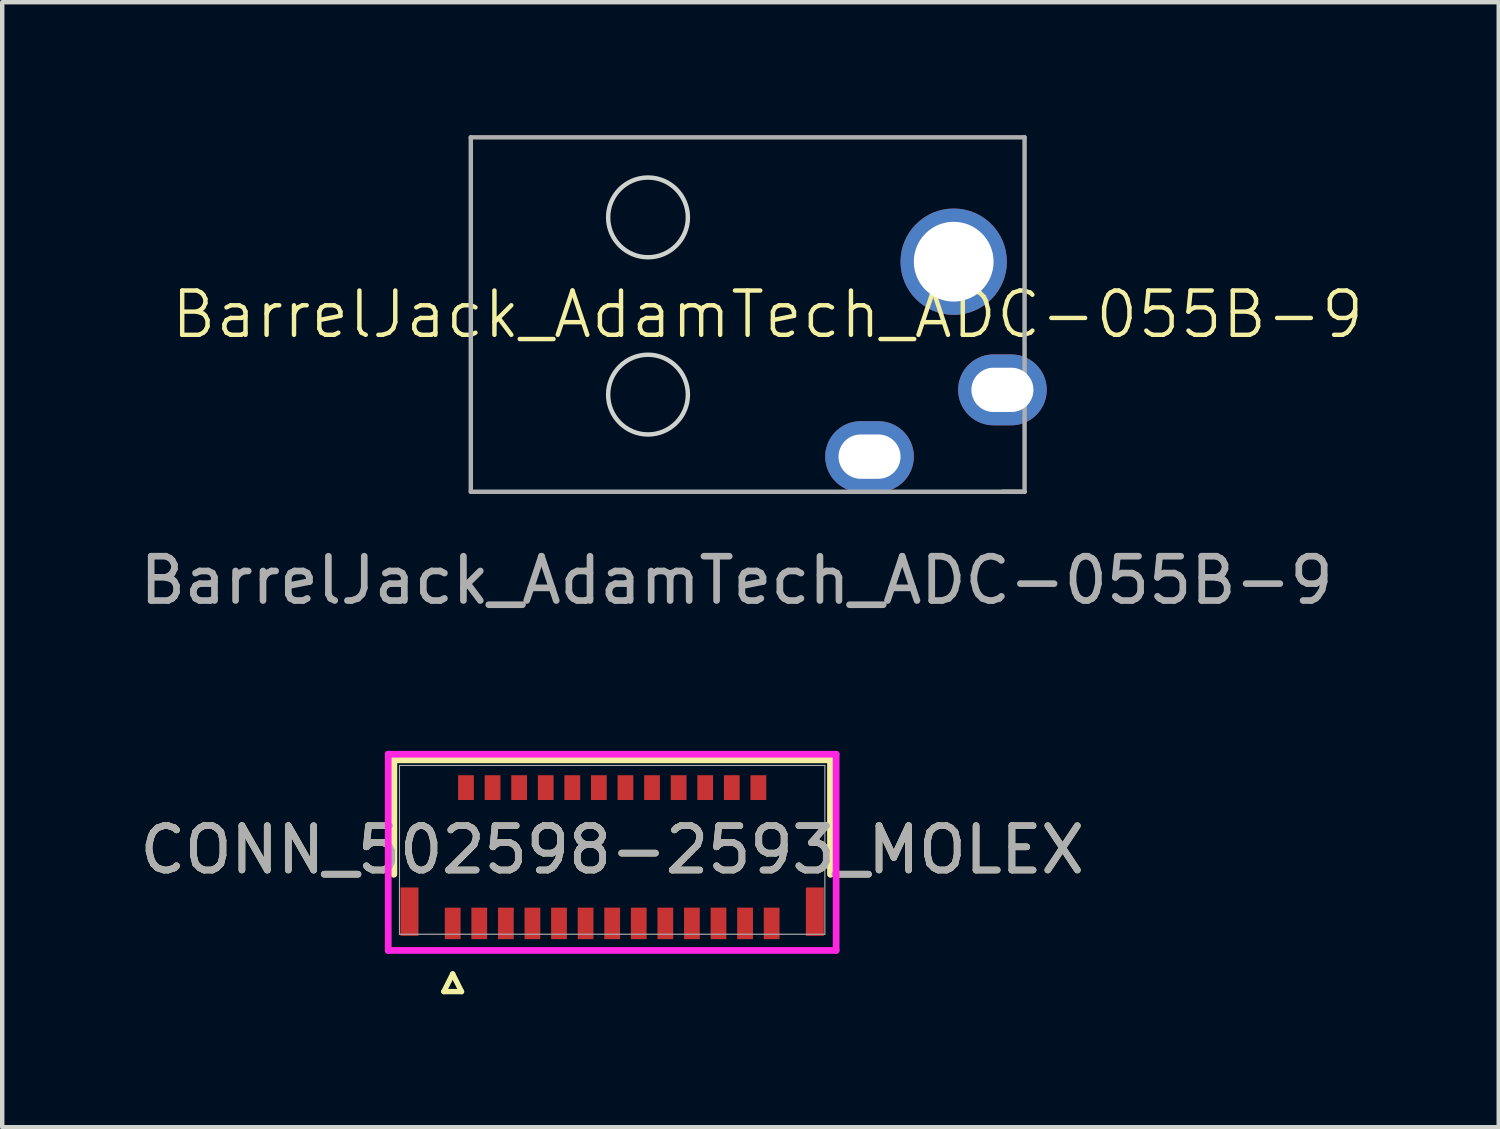
<source format=kicad_pcb>
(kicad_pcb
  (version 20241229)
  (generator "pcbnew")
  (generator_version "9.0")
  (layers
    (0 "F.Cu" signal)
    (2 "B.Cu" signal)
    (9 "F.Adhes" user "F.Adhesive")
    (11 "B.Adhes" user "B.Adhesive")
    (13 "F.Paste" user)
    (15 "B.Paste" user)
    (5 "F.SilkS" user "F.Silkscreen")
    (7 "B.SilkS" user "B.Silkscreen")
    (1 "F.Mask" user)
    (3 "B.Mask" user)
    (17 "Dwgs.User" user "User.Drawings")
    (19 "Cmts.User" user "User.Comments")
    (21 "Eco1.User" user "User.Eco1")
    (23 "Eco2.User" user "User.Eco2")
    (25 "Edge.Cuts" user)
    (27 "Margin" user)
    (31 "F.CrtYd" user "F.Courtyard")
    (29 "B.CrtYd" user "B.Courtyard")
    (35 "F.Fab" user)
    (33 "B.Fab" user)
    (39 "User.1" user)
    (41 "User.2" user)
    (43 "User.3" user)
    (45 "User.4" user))
  (footprint "CONN_502598-2593_MOLEX"
    (layer "F.Cu")
    (at 10.768 16.133)
    (property "Reference" "CONN_502598-2593_MOLEX" (at 0 0 0) (unlocked yes) (layer "F.SilkS") (effects (font (size 1 1) (thickness 0.15))))
    (attr smd)
    (fp_line (start -4.928 -2.032) (end -4.928 0.552) (stroke (width 0.152) (type solid)) (layer "F.SilkS"))
    (fp_line (start -3.8 3.2) (end -3.4 3.2) (stroke (width 0.12) (type solid)) (layer "F.SilkS"))
    (fp_line (start -3.6 2.8) (end -3.8 3.2) (stroke (width 0.12) (type solid)) (layer "F.SilkS"))
    (fp_line (start -3.4 3.2) (end -3.6 2.8) (stroke (width 0.12) (type solid)) (layer "F.SilkS"))
    (fp_line (start 4.928 -2.032) (end -4.928 -2.032) (stroke (width 0.152) (type solid)) (layer "F.SilkS"))
    (fp_line (start 4.928 0.552) (end 4.928 -2.032) (stroke (width 0.152) (type solid)) (layer "F.SilkS"))
    (fp_line (start -5.055 -2.159) (end -5.055 2.27) (stroke (width 0.152) (type solid)) (layer "F.CrtYd"))
    (fp_line (start -5.055 2.27) (end 5.055 2.27) (stroke (width 0.152) (type solid)) (layer "F.CrtYd"))
    (fp_line (start 5.055 -2.159) (end -5.055 -2.159) (stroke (width 0.152) (type solid)) (layer "F.CrtYd"))
    (fp_line (start 5.055 2.27) (end 5.055 -2.159) (stroke (width 0.152) (type solid)) (layer "F.CrtYd"))
    (fp_line (start -4.801 -1.905) (end -4.801 1.905) (stroke (width 0.025) (type solid)) (layer "F.Fab"))
    (fp_line (start -4.801 1.905) (end 4.801 1.905) (stroke (width 0.025) (type solid)) (layer "F.Fab"))
    (fp_line (start 4.801 -1.905) (end -4.801 -1.905) (stroke (width 0.025) (type solid)) (layer "F.Fab"))
    (fp_line (start 4.801 1.905) (end 4.801 -1.905) (stroke (width 0.025) (type solid)) (layer "F.Fab"))
    (fp_text user "${REFERENCE}" (at 0 0 0) (unlocked yes) (layer "F.Fab") (effects (font (size 1 1) (thickness 0.15))))
    (pad "1" smd rect (at -3.6 1.66) (size 0.356 0.711) (layers "F.Cu" "F.Mask" "F.Paste"))
    (pad "2" smd rect (at -3.3 -1.405) (size 0.356 0.559) (layers "F.Cu" "F.Mask" "F.Paste"))
    (pad "3" smd rect (at -3 1.66) (size 0.356 0.711) (layers "F.Cu" "F.Mask" "F.Paste"))
    (pad "4" smd rect (at -2.7 -1.405) (size 0.356 0.559) (layers "F.Cu" "F.Mask" "F.Paste"))
    (pad "5" smd rect (at -2.4 1.66) (size 0.356 0.711) (layers "F.Cu" "F.Mask" "F.Paste"))
    (pad "6" smd rect (at -2.1 -1.405) (size 0.356 0.559) (layers "F.Cu" "F.Mask" "F.Paste"))
    (pad "7" smd rect (at -1.8 1.66) (size 0.356 0.711) (layers "F.Cu" "F.Mask" "F.Paste"))
    (pad "8" smd rect (at -1.5 -1.405) (size 0.356 0.559) (layers "F.Cu" "F.Mask" "F.Paste"))
    (pad "9" smd rect (at -1.2 1.66) (size 0.356 0.711) (layers "F.Cu" "F.Mask" "F.Paste"))
    (pad "10" smd rect (at -0.9 -1.405) (size 0.356 0.559) (layers "F.Cu" "F.Mask" "F.Paste"))
    (pad "11" smd rect (at -0.6 1.66) (size 0.356 0.711) (layers "F.Cu" "F.Mask" "F.Paste"))
    (pad "12" smd rect (at -0.3 -1.405) (size 0.356 0.559) (layers "F.Cu" "F.Mask" "F.Paste"))
    (pad "13" smd rect (at 0 1.66) (size 0.356 0.711) (layers "F.Cu" "F.Mask" "F.Paste"))
    (pad "14" smd rect (at 0.3 -1.405) (size 0.356 0.559) (layers "F.Cu" "F.Mask" "F.Paste"))
    (pad "15" smd rect (at 0.6 1.66) (size 0.356 0.711) (layers "F.Cu" "F.Mask" "F.Paste"))
    (pad "16" smd rect (at 0.9 -1.405) (size 0.356 0.559) (layers "F.Cu" "F.Mask" "F.Paste"))
    (pad "17" smd rect (at 1.2 1.66) (size 0.356 0.711) (layers "F.Cu" "F.Mask" "F.Paste"))
    (pad "18" smd rect (at 1.5 -1.405) (size 0.356 0.559) (layers "F.Cu" "F.Mask" "F.Paste"))
    (pad "19" smd rect (at 1.8 1.66) (size 0.356 0.711) (layers "F.Cu" "F.Mask" "F.Paste"))
    (pad "20" smd rect (at 2.1 -1.405) (size 0.356 0.559) (layers "F.Cu" "F.Mask" "F.Paste"))
    (pad "21" smd rect (at 2.4 1.66) (size 0.356 0.711) (layers "F.Cu" "F.Mask" "F.Paste"))
    (pad "22" smd rect (at 2.7 -1.405) (size 0.356 0.559) (layers "F.Cu" "F.Mask" "F.Paste"))
    (pad "23" smd rect (at 3 1.66) (size 0.356 0.711) (layers "F.Cu" "F.Mask" "F.Paste"))
    (pad "24" smd rect (at 3.3 -1.405) (size 0.356 0.559) (layers "F.Cu" "F.Mask" "F.Paste"))
    (pad "25" smd rect (at 3.6 1.66) (size 0.356 0.711) (layers "F.Cu" "F.Mask" "F.Paste"))
    (pad "MP" smd rect (at -4.575 1.395) (size 0.406 1.092) (layers "F.Cu" "F.Mask" "F.Paste"))
    (pad "MP" smd rect (at 4.575 1.395) (size 0.406 1.092) (layers "F.Cu" "F.Mask" "F.Paste")))
  (footprint "BarrelJack_AdamTech_ADC-055B-9"
    (layer "F.Cu")
    (at 13.577 4.05)
    (property "Reference" "BarrelJack_AdamTech_ADC-055B-9" (at 0.7 0 0) (unlocked yes) (layer "F.SilkS") (effects (font (size 1 1) (thickness 0.1))))
    (attr through_hole)
    (fp_circle (center -2 -2.193) (end -1.1 -2.193) (stroke (width 0.1) (type default)) (fill no) (layer "Edge.Cuts"))
    (fp_circle (center -2 1.807) (end -1.1 1.807) (stroke (width 0.1) (type default)) (fill no) (layer "Edge.Cuts"))
    (fp_line (start -6 -4) (end 6.5 -4) (stroke (width 0.1) (type default)) (layer "F.Fab"))
    (fp_line (start -6 4) (end -6 -4) (stroke (width 0.1) (type default)) (layer "F.Fab"))
    (fp_line (start 6.5 -4) (end 6.5 4) (stroke (width 0.1) (type default)) (layer "F.Fab"))
    (fp_line (start 6.5 4) (end -6 4) (stroke (width 0.1) (type default)) (layer "F.Fab"))
    (fp_line (start 6.5 4) (end 6 4) (stroke (width 0.1) (type default)) (layer "F.Fab"))
    (fp_text user "${REFERENCE}" (at 0 6 0) (unlocked yes) (layer "F.Fab") (effects (font (size 1 1) (thickness 0.15))))
    (pad "1" thru_hole circle (at 4.9 -1.193) (size 2.4 2.4) (drill 1.8) (layers "*.Cu" "*.Mask"))
    (pad "2" thru_hole oval (at 3 3.207) (size 2 1.6) (drill oval 1.4 1) (layers "*.Cu" "*.Mask"))
    (pad "3" thru_hole oval (at 6 1.7) (size 2 1.6) (drill oval 1.4 1) (layers "*.Cu" "*.Mask")))
  (gr_rect
    (start -3 -3)
    (end 30.78 22.393)
    (stroke (width 0.1) (type default))
    (fill no)
    (layer "Edge.Cuts")))
</source>
